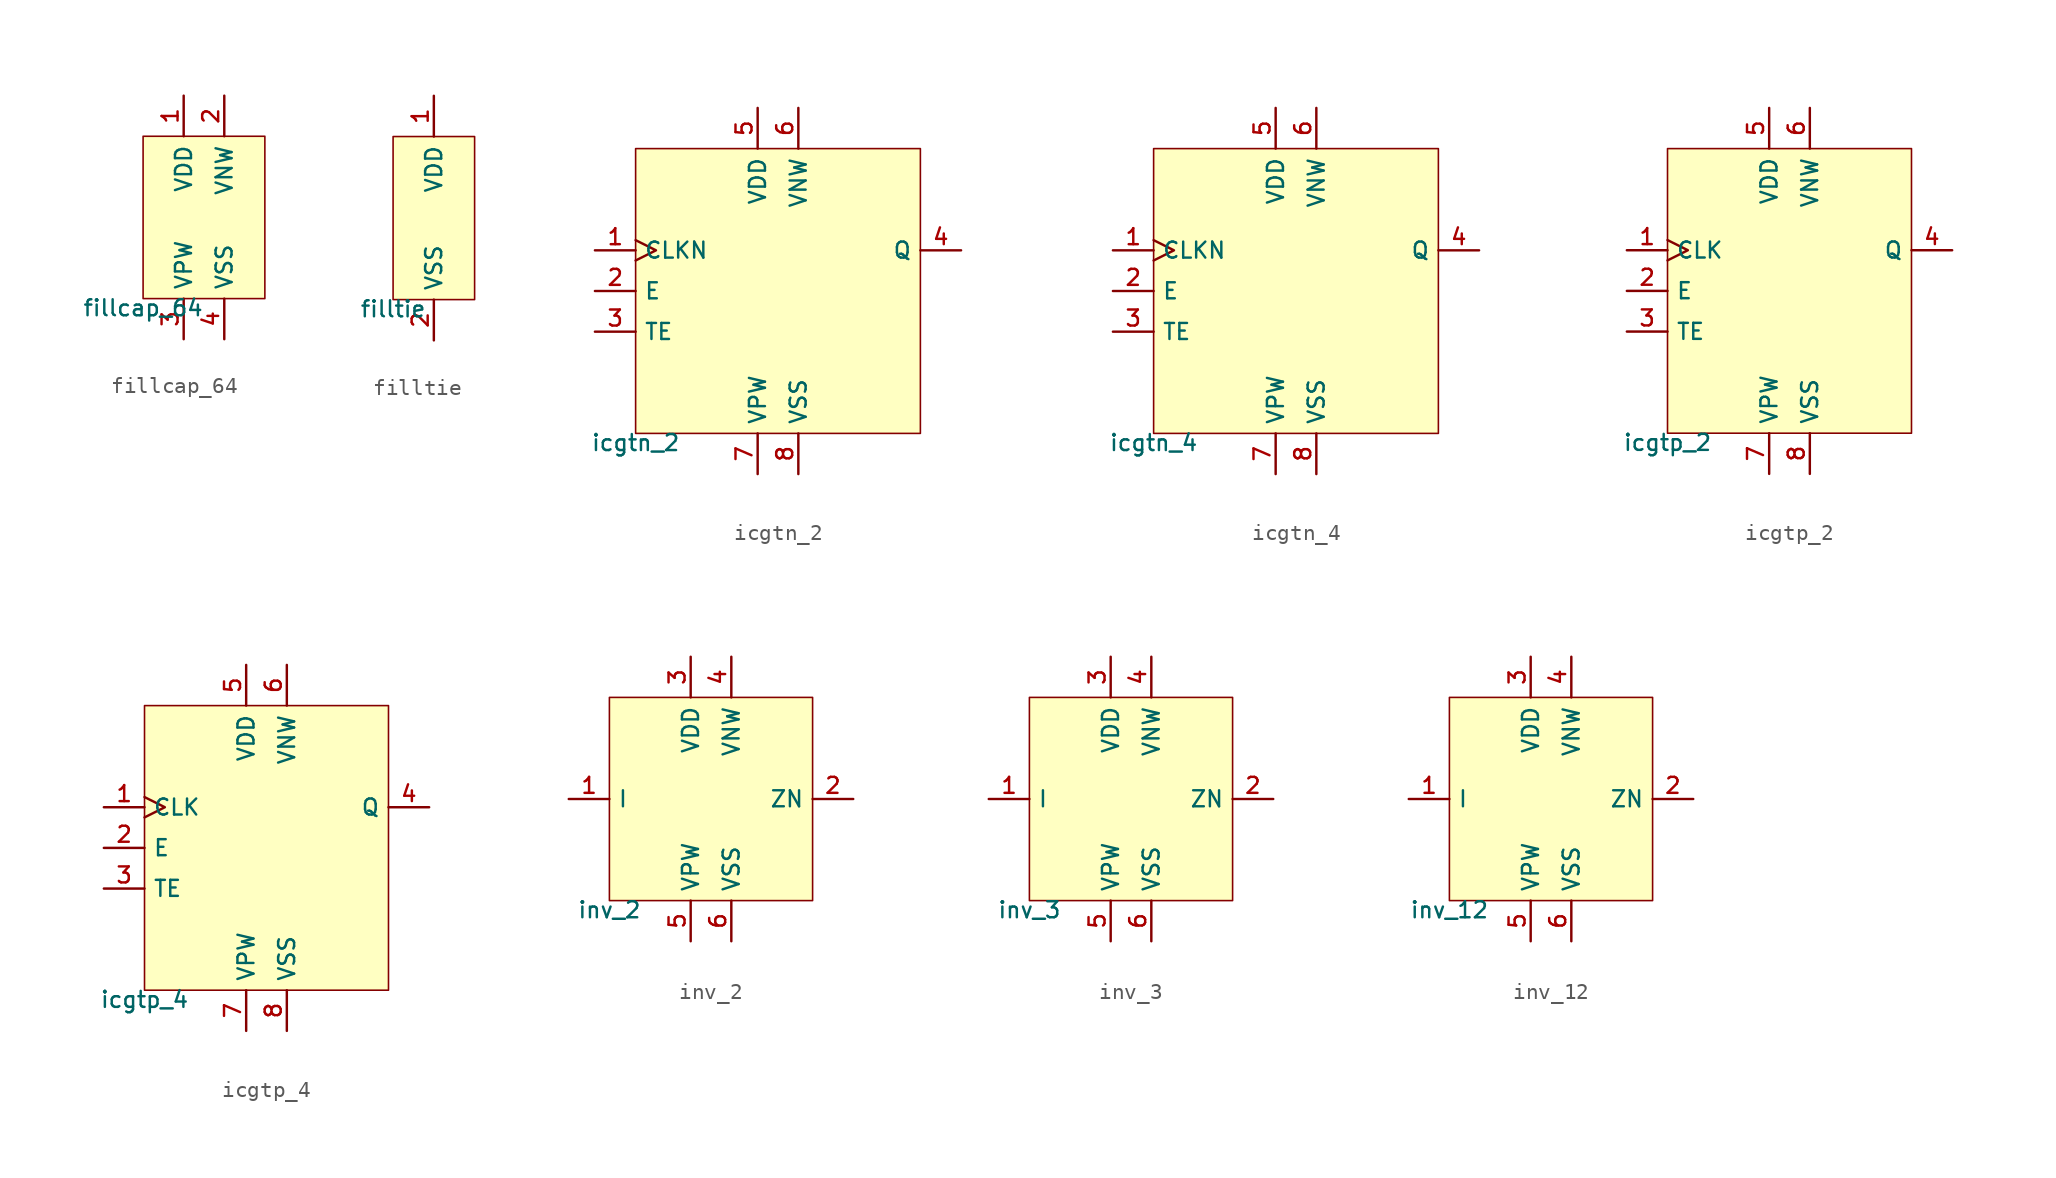
<source format=kicad_sym>
(kicad_symbol_lib
  (version 20211014)
  (generator pdk2kicad)
  (symbol "fillcap_64"
    (property "Reference" "X"
      (at 0 0 0)
      (effects (font (size 1 1)) hide))
    (property "Value" "fillcap_64"
      (at -3.81 -5.08 0)
      (effects (font (size 1 1)) (justify top)))
    (rectangle
      (start -3.81 -5.08)
      (end 3.81 5.08)
      (stroke (width 0.1) (type solid) (color 0 0 0 0))
      (fill (type background)))
    (pin power_in line
      (at -1.27 7.62 270)
      (length 2.54)
      (name "VDD" (effects (font (size 1 1)) hide))
      (number "1" (effects (font (size 1 1)) hide)))
    (pin power_in line
      (at 1.27 7.62 270)
      (length 2.54)
      (name "VNW" (effects (font (size 1 1)) hide))
      (number "2" (effects (font (size 1 1)) hide)))
    (pin power_in line
      (at -1.27 -7.62 90)
      (length 2.54)
      (name "VPW" (effects (font (size 1 1)) hide))
      (number "3" (effects (font (size 1 1)) hide)))
    (pin power_in line
      (at 1.27 -7.62 90)
      (length 2.54)
      (name "VSS" (effects (font (size 1 1)) hide))
      (number "4" (effects (font (size 1 1)) hide))))
  (symbol "filltie"
    (property "Reference" "X"
      (at 0 0 0)
      (effects (font (size 1 1)) hide))
    (property "Value" "filltie"
      (at -2.54 -5.08 0)
      (effects (font (size 1 1)) (justify top)))
    (rectangle
      (start -2.54 -5.08)
      (end 2.54 5.08)
      (stroke (width 0.1) (type solid) (color 0 0 0 0))
      (fill (type background)))
    (pin power_in line
      (at 0.0 7.62 270)
      (length 2.54)
      (name "VDD" (effects (font (size 1 1)) hide))
      (number "1" (effects (font (size 1 1)) hide)))
    (pin power_in line
      (at 0.0 -7.62 90)
      (length 2.54)
      (name "VSS" (effects (font (size 1 1)) hide))
      (number "2" (effects (font (size 1 1)) hide))))
  (symbol "icgtn_2"
    (property "Reference" "X"
      (at 0 0 0)
      (effects (font (size 1 1)) hide))
    (property "Value" "icgtn_2"
      (at -8.89 -8.89 0)
      (effects (font (size 1 1)) (justify top)))
    (rectangle
      (start -8.89 -8.89)
      (end 8.89 8.89)
      (stroke (width 0.1) (type solid) (color 0 0 0 0))
      (fill (type background)))
    (pin input clock
      (at -11.43 2.54 0)
      (length 2.54)
      (name "CLKN" (effects (font (size 1 1)) hide))
      (number "1" (effects (font (size 1 1)) hide)))
    (pin input line
      (at -11.43 4.440892098500626e-16 0)
      (length 2.54)
      (name "E" (effects (font (size 1 1)) hide))
      (number "2" (effects (font (size 1 1)) hide)))
    (pin input line
      (at -11.43 -2.54 0)
      (length 2.54)
      (name "TE" (effects (font (size 1 1)) hide))
      (number "3" (effects (font (size 1 1)) hide)))
    (pin output line
      (at 11.43 2.54 180)
      (length 2.54)
      (name "Q" (effects (font (size 1 1)) hide))
      (number "4" (effects (font (size 1 1)) hide)))
    (pin power_in line
      (at -1.27 11.43 270)
      (length 2.54)
      (name "VDD" (effects (font (size 1 1)) hide))
      (number "5" (effects (font (size 1 1)) hide)))
    (pin power_in line
      (at 1.27 11.43 270)
      (length 2.54)
      (name "VNW" (effects (font (size 1 1)) hide))
      (number "6" (effects (font (size 1 1)) hide)))
    (pin power_in line
      (at -1.27 -11.43 90)
      (length 2.54)
      (name "VPW" (effects (font (size 1 1)) hide))
      (number "7" (effects (font (size 1 1)) hide)))
    (pin power_in line
      (at 1.27 -11.43 90)
      (length 2.54)
      (name "VSS" (effects (font (size 1 1)) hide))
      (number "8" (effects (font (size 1 1)) hide))))
  (symbol "icgtn_4"
    (property "Reference" "X"
      (at 0 0 0)
      (effects (font (size 1 1)) hide))
    (property "Value" "icgtn_4"
      (at -8.89 -8.89 0)
      (effects (font (size 1 1)) (justify top)))
    (rectangle
      (start -8.89 -8.89)
      (end 8.89 8.89)
      (stroke (width 0.1) (type solid) (color 0 0 0 0))
      (fill (type background)))
    (pin input clock
      (at -11.43 2.54 0)
      (length 2.54)
      (name "CLKN" (effects (font (size 1 1)) hide))
      (number "1" (effects (font (size 1 1)) hide)))
    (pin input line
      (at -11.43 4.440892098500626e-16 0)
      (length 2.54)
      (name "E" (effects (font (size 1 1)) hide))
      (number "2" (effects (font (size 1 1)) hide)))
    (pin input line
      (at -11.43 -2.54 0)
      (length 2.54)
      (name "TE" (effects (font (size 1 1)) hide))
      (number "3" (effects (font (size 1 1)) hide)))
    (pin output line
      (at 11.43 2.54 180)
      (length 2.54)
      (name "Q" (effects (font (size 1 1)) hide))
      (number "4" (effects (font (size 1 1)) hide)))
    (pin power_in line
      (at -1.27 11.43 270)
      (length 2.54)
      (name "VDD" (effects (font (size 1 1)) hide))
      (number "5" (effects (font (size 1 1)) hide)))
    (pin power_in line
      (at 1.27 11.43 270)
      (length 2.54)
      (name "VNW" (effects (font (size 1 1)) hide))
      (number "6" (effects (font (size 1 1)) hide)))
    (pin power_in line
      (at -1.27 -11.43 90)
      (length 2.54)
      (name "VPW" (effects (font (size 1 1)) hide))
      (number "7" (effects (font (size 1 1)) hide)))
    (pin power_in line
      (at 1.27 -11.43 90)
      (length 2.54)
      (name "VSS" (effects (font (size 1 1)) hide))
      (number "8" (effects (font (size 1 1)) hide))))
  (symbol "icgtp_2"
    (property "Reference" "X"
      (at 0 0 0)
      (effects (font (size 1 1)) hide))
    (property "Value" "icgtp_2"
      (at -7.62 -8.89 0)
      (effects (font (size 1 1)) (justify top)))
    (rectangle
      (start -7.62 -8.89)
      (end 7.62 8.89)
      (stroke (width 0.1) (type solid) (color 0 0 0 0))
      (fill (type background)))
    (pin input clock
      (at -10.16 2.54 0)
      (length 2.54)
      (name "CLK" (effects (font (size 1 1)) hide))
      (number "1" (effects (font (size 1 1)) hide)))
    (pin input line
      (at -10.16 4.440892098500626e-16 0)
      (length 2.54)
      (name "E" (effects (font (size 1 1)) hide))
      (number "2" (effects (font (size 1 1)) hide)))
    (pin input line
      (at -10.16 -2.54 0)
      (length 2.54)
      (name "TE" (effects (font (size 1 1)) hide))
      (number "3" (effects (font (size 1 1)) hide)))
    (pin output line
      (at 10.16 2.54 180)
      (length 2.54)
      (name "Q" (effects (font (size 1 1)) hide))
      (number "4" (effects (font (size 1 1)) hide)))
    (pin power_in line
      (at -1.27 11.43 270)
      (length 2.54)
      (name "VDD" (effects (font (size 1 1)) hide))
      (number "5" (effects (font (size 1 1)) hide)))
    (pin power_in line
      (at 1.27 11.43 270)
      (length 2.54)
      (name "VNW" (effects (font (size 1 1)) hide))
      (number "6" (effects (font (size 1 1)) hide)))
    (pin power_in line
      (at -1.27 -11.43 90)
      (length 2.54)
      (name "VPW" (effects (font (size 1 1)) hide))
      (number "7" (effects (font (size 1 1)) hide)))
    (pin power_in line
      (at 1.27 -11.43 90)
      (length 2.54)
      (name "VSS" (effects (font (size 1 1)) hide))
      (number "8" (effects (font (size 1 1)) hide))))
  (symbol "icgtp_4"
    (property "Reference" "X"
      (at 0 0 0)
      (effects (font (size 1 1)) hide))
    (property "Value" "icgtp_4"
      (at -7.62 -8.89 0)
      (effects (font (size 1 1)) (justify top)))
    (rectangle
      (start -7.62 -8.89)
      (end 7.62 8.89)
      (stroke (width 0.1) (type solid) (color 0 0 0 0))
      (fill (type background)))
    (pin input clock
      (at -10.16 2.54 0)
      (length 2.54)
      (name "CLK" (effects (font (size 1 1)) hide))
      (number "1" (effects (font (size 1 1)) hide)))
    (pin input line
      (at -10.16 4.440892098500626e-16 0)
      (length 2.54)
      (name "E" (effects (font (size 1 1)) hide))
      (number "2" (effects (font (size 1 1)) hide)))
    (pin input line
      (at -10.16 -2.54 0)
      (length 2.54)
      (name "TE" (effects (font (size 1 1)) hide))
      (number "3" (effects (font (size 1 1)) hide)))
    (pin output line
      (at 10.16 2.54 180)
      (length 2.54)
      (name "Q" (effects (font (size 1 1)) hide))
      (number "4" (effects (font (size 1 1)) hide)))
    (pin power_in line
      (at -1.27 11.43 270)
      (length 2.54)
      (name "VDD" (effects (font (size 1 1)) hide))
      (number "5" (effects (font (size 1 1)) hide)))
    (pin power_in line
      (at 1.27 11.43 270)
      (length 2.54)
      (name "VNW" (effects (font (size 1 1)) hide))
      (number "6" (effects (font (size 1 1)) hide)))
    (pin power_in line
      (at -1.27 -11.43 90)
      (length 2.54)
      (name "VPW" (effects (font (size 1 1)) hide))
      (number "7" (effects (font (size 1 1)) hide)))
    (pin power_in line
      (at 1.27 -11.43 90)
      (length 2.54)
      (name "VSS" (effects (font (size 1 1)) hide))
      (number "8" (effects (font (size 1 1)) hide))))
  (symbol "inv_2"
    (property "Reference" "X"
      (at 0 0 0)
      (effects (font (size 1 1)) hide))
    (property "Value" "inv_2"
      (at -6.35 -6.35 0)
      (effects (font (size 1 1)) (justify top)))
    (rectangle
      (start -6.35 -6.35)
      (end 6.35 6.35)
      (stroke (width 0.1) (type solid) (color 0 0 0 0))
      (fill (type background)))
    (pin input line
      (at -8.89 -4.440892098500626e-16 0)
      (length 2.54)
      (name "I" (effects (font (size 1 1)) hide))
      (number "1" (effects (font (size 1 1)) hide)))
    (pin output line
      (at 8.89 -4.440892098500626e-16 180)
      (length 2.54)
      (name "ZN" (effects (font (size 1 1)) hide))
      (number "2" (effects (font (size 1 1)) hide)))
    (pin power_in line
      (at -1.27 8.89 270)
      (length 2.54)
      (name "VDD" (effects (font (size 1 1)) hide))
      (number "3" (effects (font (size 1 1)) hide)))
    (pin power_in line
      (at 1.27 8.89 270)
      (length 2.54)
      (name "VNW" (effects (font (size 1 1)) hide))
      (number "4" (effects (font (size 1 1)) hide)))
    (pin power_in line
      (at -1.27 -8.89 90)
      (length 2.54)
      (name "VPW" (effects (font (size 1 1)) hide))
      (number "5" (effects (font (size 1 1)) hide)))
    (pin power_in line
      (at 1.27 -8.89 90)
      (length 2.54)
      (name "VSS" (effects (font (size 1 1)) hide))
      (number "6" (effects (font (size 1 1)) hide))))
  (symbol "inv_3"
    (property "Reference" "X"
      (at 0 0 0)
      (effects (font (size 1 1)) hide))
    (property "Value" "inv_3"
      (at -6.35 -6.35 0)
      (effects (font (size 1 1)) (justify top)))
    (rectangle
      (start -6.35 -6.35)
      (end 6.35 6.35)
      (stroke (width 0.1) (type solid) (color 0 0 0 0))
      (fill (type background)))
    (pin input line
      (at -8.89 -4.440892098500626e-16 0)
      (length 2.54)
      (name "I" (effects (font (size 1 1)) hide))
      (number "1" (effects (font (size 1 1)) hide)))
    (pin output line
      (at 8.89 -4.440892098500626e-16 180)
      (length 2.54)
      (name "ZN" (effects (font (size 1 1)) hide))
      (number "2" (effects (font (size 1 1)) hide)))
    (pin power_in line
      (at -1.27 8.89 270)
      (length 2.54)
      (name "VDD" (effects (font (size 1 1)) hide))
      (number "3" (effects (font (size 1 1)) hide)))
    (pin power_in line
      (at 1.27 8.89 270)
      (length 2.54)
      (name "VNW" (effects (font (size 1 1)) hide))
      (number "4" (effects (font (size 1 1)) hide)))
    (pin power_in line
      (at -1.27 -8.89 90)
      (length 2.54)
      (name "VPW" (effects (font (size 1 1)) hide))
      (number "5" (effects (font (size 1 1)) hide)))
    (pin power_in line
      (at 1.27 -8.89 90)
      (length 2.54)
      (name "VSS" (effects (font (size 1 1)) hide))
      (number "6" (effects (font (size 1 1)) hide))))
  (symbol "inv_12"
    (property "Reference" "X"
      (at 0 0 0)
      (effects (font (size 1 1)) hide))
    (property "Value" "inv_12"
      (at -6.35 -6.35 0)
      (effects (font (size 1 1)) (justify top)))
    (rectangle
      (start -6.35 -6.35)
      (end 6.35 6.35)
      (stroke (width 0.1) (type solid) (color 0 0 0 0))
      (fill (type background)))
    (pin input line
      (at -8.89 -4.440892098500626e-16 0)
      (length 2.54)
      (name "I" (effects (font (size 1 1)) hide))
      (number "1" (effects (font (size 1 1)) hide)))
    (pin output line
      (at 8.89 -4.440892098500626e-16 180)
      (length 2.54)
      (name "ZN" (effects (font (size 1 1)) hide))
      (number "2" (effects (font (size 1 1)) hide)))
    (pin power_in line
      (at -1.27 8.89 270)
      (length 2.54)
      (name "VDD" (effects (font (size 1 1)) hide))
      (number "3" (effects (font (size 1 1)) hide)))
    (pin power_in line
      (at 1.27 8.89 270)
      (length 2.54)
      (name "VNW" (effects (font (size 1 1)) hide))
      (number "4" (effects (font (size 1 1)) hide)))
    (pin power_in line
      (at -1.27 -8.89 90)
      (length 2.54)
      (name "VPW" (effects (font (size 1 1)) hide))
      (number "5" (effects (font (size 1 1)) hide)))
    (pin power_in line
      (at 1.27 -8.89 90)
      (length 2.54)
      (name "VSS" (effects (font (size 1 1)) hide))
      (number "6" (effects (font (size 1 1)) hide)))))
</source>
